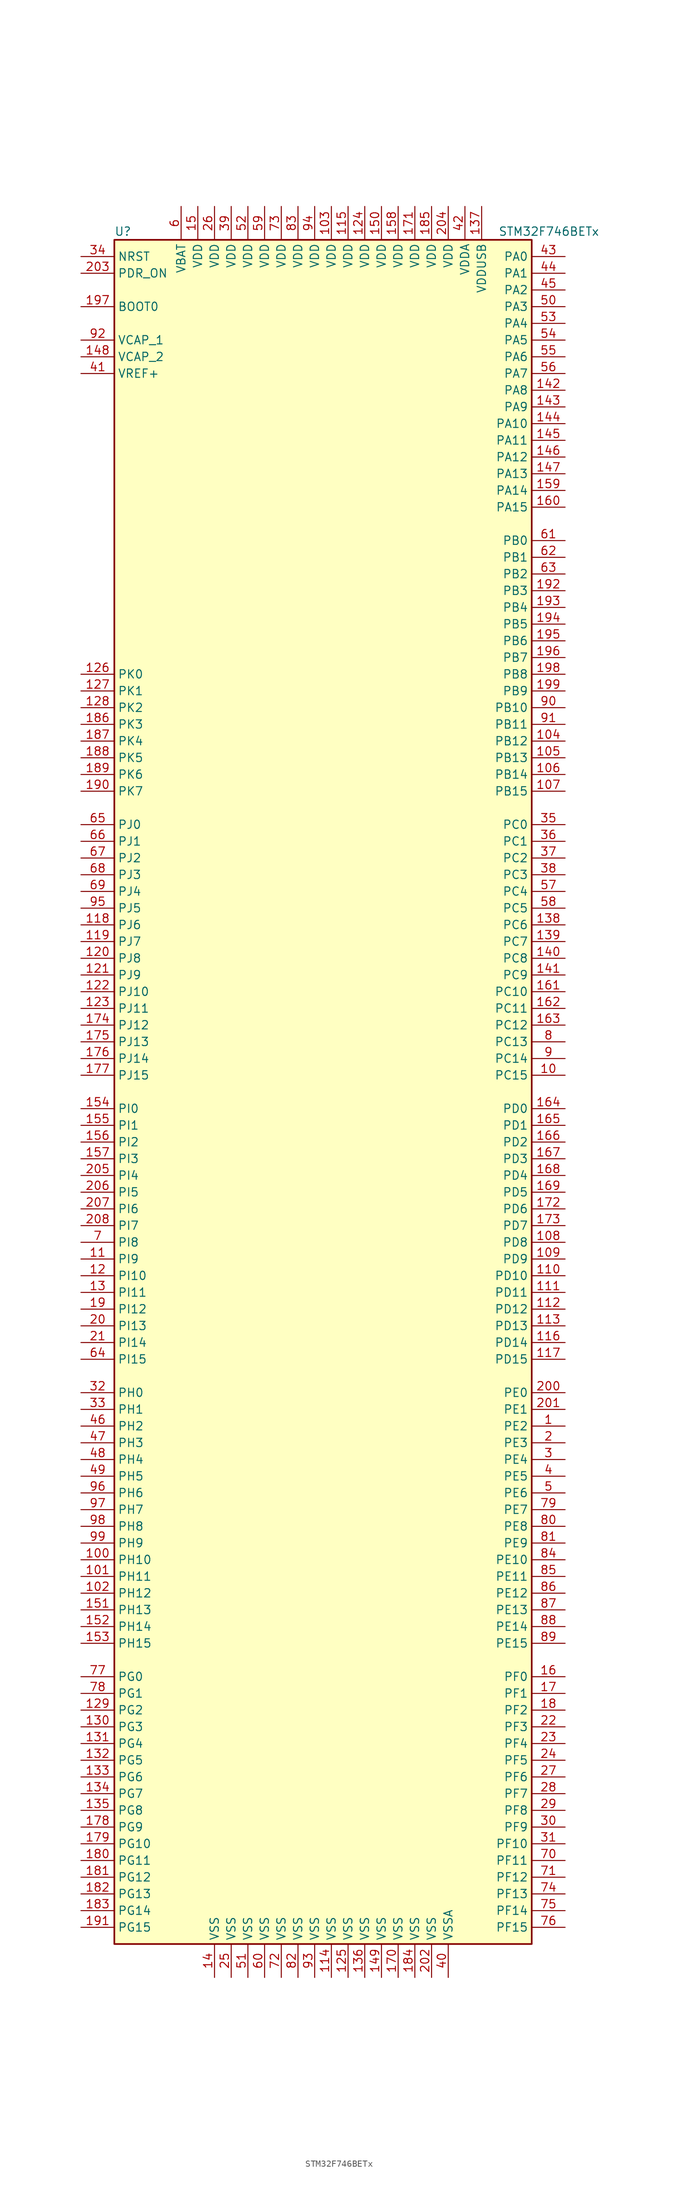
<source format=kicad_sym>
(kicad_symbol_lib
  (version 20201005)
  (generator kicad_symbol_editor)
  (symbol "STM32F746BETx"
    (property "Reference" "U"
      (at -33.02 130.81 0)
      (effects (font (size 1.27 1.27)) (justify left)))
    (property "Value" "STM32F746BETx"
      (at 25.4 130.81 0)
      (effects (font (size 1.27 1.27)) (justify left)))
    (symbol "STM32F746BETx_0_1"
      (rectangle (start -33.02 -129.54) (end 30.48 129.54) (stroke (width 0.254)) (fill (type background))))
    (symbol "STM32F746BETx_1_1"
      (pin bidirectional line (at 35.56 -50.8 180) (length 5.08) (name "PE2" (effects (font (size 1.27 1.27)))) (number "1" (effects (font (size 1.27 1.27)))))
      (pin bidirectional line (at 35.56 2.54 180) (length 5.08) (name "PC15" (effects (font (size 1.27 1.27)))) (number "10" (effects (font (size 1.27 1.27)))))
      (pin bidirectional line (at -38.1 -71.12 0) (length 5.08) (name "PH10" (effects (font (size 1.27 1.27)))) (number "100" (effects (font (size 1.27 1.27)))))
      (pin bidirectional line (at -38.1 -73.66 0) (length 5.08) (name "PH11" (effects (font (size 1.27 1.27)))) (number "101" (effects (font (size 1.27 1.27)))))
      (pin bidirectional line (at -38.1 -76.2 0) (length 5.08) (name "PH12" (effects (font (size 1.27 1.27)))) (number "102" (effects (font (size 1.27 1.27)))))
      (pin power_in line (at 0 134.62 270) (length 5.08) (name "VDD" (effects (font (size 1.27 1.27)))) (number "103" (effects (font (size 1.27 1.27)))))
      (pin bidirectional line (at 35.56 53.34 180) (length 5.08) (name "PB12" (effects (font (size 1.27 1.27)))) (number "104" (effects (font (size 1.27 1.27)))))
      (pin bidirectional line (at 35.56 50.8 180) (length 5.08) (name "PB13" (effects (font (size 1.27 1.27)))) (number "105" (effects (font (size 1.27 1.27)))))
      (pin bidirectional line (at 35.56 48.26 180) (length 5.08) (name "PB14" (effects (font (size 1.27 1.27)))) (number "106" (effects (font (size 1.27 1.27)))))
      (pin bidirectional line (at 35.56 45.72 180) (length 5.08) (name "PB15" (effects (font (size 1.27 1.27)))) (number "107" (effects (font (size 1.27 1.27)))))
      (pin bidirectional line (at 35.56 -22.86 180) (length 5.08) (name "PD8" (effects (font (size 1.27 1.27)))) (number "108" (effects (font (size 1.27 1.27)))))
      (pin bidirectional line (at 35.56 -25.4 180) (length 5.08) (name "PD9" (effects (font (size 1.27 1.27)))) (number "109" (effects (font (size 1.27 1.27)))))
      (pin bidirectional line (at -38.1 -25.4 0) (length 5.08) (name "PI9" (effects (font (size 1.27 1.27)))) (number "11" (effects (font (size 1.27 1.27)))))
      (pin bidirectional line (at 35.56 -27.94 180) (length 5.08) (name "PD10" (effects (font (size 1.27 1.27)))) (number "110" (effects (font (size 1.27 1.27)))))
      (pin bidirectional line (at 35.56 -30.48 180) (length 5.08) (name "PD11" (effects (font (size 1.27 1.27)))) (number "111" (effects (font (size 1.27 1.27)))))
      (pin bidirectional line (at 35.56 -33.02 180) (length 5.08) (name "PD12" (effects (font (size 1.27 1.27)))) (number "112" (effects (font (size 1.27 1.27)))))
      (pin bidirectional line (at 35.56 -35.56 180) (length 5.08) (name "PD13" (effects (font (size 1.27 1.27)))) (number "113" (effects (font (size 1.27 1.27)))))
      (pin power_in line (at 0 -134.62 90) (length 5.08) (name "VSS" (effects (font (size 1.27 1.27)))) (number "114" (effects (font (size 1.27 1.27)))))
      (pin power_in line (at 2.54 134.62 270) (length 5.08) (name "VDD" (effects (font (size 1.27 1.27)))) (number "115" (effects (font (size 1.27 1.27)))))
      (pin bidirectional line (at 35.56 -38.1 180) (length 5.08) (name "PD14" (effects (font (size 1.27 1.27)))) (number "116" (effects (font (size 1.27 1.27)))))
      (pin bidirectional line (at 35.56 -40.64 180) (length 5.08) (name "PD15" (effects (font (size 1.27 1.27)))) (number "117" (effects (font (size 1.27 1.27)))))
      (pin bidirectional line (at -38.1 25.4 0) (length 5.08) (name "PJ6" (effects (font (size 1.27 1.27)))) (number "118" (effects (font (size 1.27 1.27)))))
      (pin bidirectional line (at -38.1 22.86 0) (length 5.08) (name "PJ7" (effects (font (size 1.27 1.27)))) (number "119" (effects (font (size 1.27 1.27)))))
      (pin bidirectional line (at -38.1 -27.94 0) (length 5.08) (name "PI10" (effects (font (size 1.27 1.27)))) (number "12" (effects (font (size 1.27 1.27)))))
      (pin bidirectional line (at -38.1 20.32 0) (length 5.08) (name "PJ8" (effects (font (size 1.27 1.27)))) (number "120" (effects (font (size 1.27 1.27)))))
      (pin bidirectional line (at -38.1 17.78 0) (length 5.08) (name "PJ9" (effects (font (size 1.27 1.27)))) (number "121" (effects (font (size 1.27 1.27)))))
      (pin bidirectional line (at -38.1 15.24 0) (length 5.08) (name "PJ10" (effects (font (size 1.27 1.27)))) (number "122" (effects (font (size 1.27 1.27)))))
      (pin bidirectional line (at -38.1 12.7 0) (length 5.08) (name "PJ11" (effects (font (size 1.27 1.27)))) (number "123" (effects (font (size 1.27 1.27)))))
      (pin power_in line (at 5.08 134.62 270) (length 5.08) (name "VDD" (effects (font (size 1.27 1.27)))) (number "124" (effects (font (size 1.27 1.27)))))
      (pin power_in line (at 2.54 -134.62 90) (length 5.08) (name "VSS" (effects (font (size 1.27 1.27)))) (number "125" (effects (font (size 1.27 1.27)))))
      (pin bidirectional line (at -38.1 63.5 0) (length 5.08) (name "PK0" (effects (font (size 1.27 1.27)))) (number "126" (effects (font (size 1.27 1.27)))))
      (pin bidirectional line (at -38.1 60.96 0) (length 5.08) (name "PK1" (effects (font (size 1.27 1.27)))) (number "127" (effects (font (size 1.27 1.27)))))
      (pin bidirectional line (at -38.1 58.42 0) (length 5.08) (name "PK2" (effects (font (size 1.27 1.27)))) (number "128" (effects (font (size 1.27 1.27)))))
      (pin bidirectional line (at -38.1 -93.98 0) (length 5.08) (name "PG2" (effects (font (size 1.27 1.27)))) (number "129" (effects (font (size 1.27 1.27)))))
      (pin bidirectional line (at -38.1 -30.48 0) (length 5.08) (name "PI11" (effects (font (size 1.27 1.27)))) (number "13" (effects (font (size 1.27 1.27)))))
      (pin bidirectional line (at -38.1 -96.52 0) (length 5.08) (name "PG3" (effects (font (size 1.27 1.27)))) (number "130" (effects (font (size 1.27 1.27)))))
      (pin bidirectional line (at -38.1 -99.06 0) (length 5.08) (name "PG4" (effects (font (size 1.27 1.27)))) (number "131" (effects (font (size 1.27 1.27)))))
      (pin bidirectional line (at -38.1 -101.6 0) (length 5.08) (name "PG5" (effects (font (size 1.27 1.27)))) (number "132" (effects (font (size 1.27 1.27)))))
      (pin bidirectional line (at -38.1 -104.14 0) (length 5.08) (name "PG6" (effects (font (size 1.27 1.27)))) (number "133" (effects (font (size 1.27 1.27)))))
      (pin bidirectional line (at -38.1 -106.68 0) (length 5.08) (name "PG7" (effects (font (size 1.27 1.27)))) (number "134" (effects (font (size 1.27 1.27)))))
      (pin bidirectional line (at -38.1 -109.22 0) (length 5.08) (name "PG8" (effects (font (size 1.27 1.27)))) (number "135" (effects (font (size 1.27 1.27)))))
      (pin power_in line (at 5.08 -134.62 90) (length 5.08) (name "VSS" (effects (font (size 1.27 1.27)))) (number "136" (effects (font (size 1.27 1.27)))))
      (pin power_in line (at 22.86 134.62 270) (length 5.08) (name "VDDUSB" (effects (font (size 1.27 1.27)))) (number "137" (effects (font (size 1.27 1.27)))))
      (pin bidirectional line (at 35.56 25.4 180) (length 5.08) (name "PC6" (effects (font (size 1.27 1.27)))) (number "138" (effects (font (size 1.27 1.27)))))
      (pin bidirectional line (at 35.56 22.86 180) (length 5.08) (name "PC7" (effects (font (size 1.27 1.27)))) (number "139" (effects (font (size 1.27 1.27)))))
      (pin power_in line (at -17.78 -134.62 90) (length 5.08) (name "VSS" (effects (font (size 1.27 1.27)))) (number "14" (effects (font (size 1.27 1.27)))))
      (pin bidirectional line (at 35.56 20.32 180) (length 5.08) (name "PC8" (effects (font (size 1.27 1.27)))) (number "140" (effects (font (size 1.27 1.27)))))
      (pin bidirectional line (at 35.56 17.78 180) (length 5.08) (name "PC9" (effects (font (size 1.27 1.27)))) (number "141" (effects (font (size 1.27 1.27)))))
      (pin bidirectional line (at 35.56 106.68 180) (length 5.08) (name "PA8" (effects (font (size 1.27 1.27)))) (number "142" (effects (font (size 1.27 1.27)))))
      (pin bidirectional line (at 35.56 104.14 180) (length 5.08) (name "PA9" (effects (font (size 1.27 1.27)))) (number "143" (effects (font (size 1.27 1.27)))))
      (pin bidirectional line (at 35.56 101.6 180) (length 5.08) (name "PA10" (effects (font (size 1.27 1.27)))) (number "144" (effects (font (size 1.27 1.27)))))
      (pin bidirectional line (at 35.56 99.06 180) (length 5.08) (name "PA11" (effects (font (size 1.27 1.27)))) (number "145" (effects (font (size 1.27 1.27)))))
      (pin bidirectional line (at 35.56 96.52 180) (length 5.08) (name "PA12" (effects (font (size 1.27 1.27)))) (number "146" (effects (font (size 1.27 1.27)))))
      (pin bidirectional line (at 35.56 93.98 180) (length 5.08) (name "PA13" (effects (font (size 1.27 1.27)))) (number "147" (effects (font (size 1.27 1.27)))))
      (pin power_in line (at -38.1 111.76 0) (length 5.08) (name "VCAP_2" (effects (font (size 1.27 1.27)))) (number "148" (effects (font (size 1.27 1.27)))))
      (pin power_in line (at 7.62 -134.62 90) (length 5.08) (name "VSS" (effects (font (size 1.27 1.27)))) (number "149" (effects (font (size 1.27 1.27)))))
      (pin power_in line (at -20.32 134.62 270) (length 5.08) (name "VDD" (effects (font (size 1.27 1.27)))) (number "15" (effects (font (size 1.27 1.27)))))
      (pin power_in line (at 7.62 134.62 270) (length 5.08) (name "VDD" (effects (font (size 1.27 1.27)))) (number "150" (effects (font (size 1.27 1.27)))))
      (pin bidirectional line (at -38.1 -78.74 0) (length 5.08) (name "PH13" (effects (font (size 1.27 1.27)))) (number "151" (effects (font (size 1.27 1.27)))))
      (pin bidirectional line (at -38.1 -81.28 0) (length 5.08) (name "PH14" (effects (font (size 1.27 1.27)))) (number "152" (effects (font (size 1.27 1.27)))))
      (pin bidirectional line (at -38.1 -83.82 0) (length 5.08) (name "PH15" (effects (font (size 1.27 1.27)))) (number "153" (effects (font (size 1.27 1.27)))))
      (pin bidirectional line (at -38.1 -2.54 0) (length 5.08) (name "PI0" (effects (font (size 1.27 1.27)))) (number "154" (effects (font (size 1.27 1.27)))))
      (pin bidirectional line (at -38.1 -5.08 0) (length 5.08) (name "PI1" (effects (font (size 1.27 1.27)))) (number "155" (effects (font (size 1.27 1.27)))))
      (pin bidirectional line (at -38.1 -7.62 0) (length 5.08) (name "PI2" (effects (font (size 1.27 1.27)))) (number "156" (effects (font (size 1.27 1.27)))))
      (pin bidirectional line (at -38.1 -10.16 0) (length 5.08) (name "PI3" (effects (font (size 1.27 1.27)))) (number "157" (effects (font (size 1.27 1.27)))))
      (pin power_in line (at 10.16 134.62 270) (length 5.08) (name "VDD" (effects (font (size 1.27 1.27)))) (number "158" (effects (font (size 1.27 1.27)))))
      (pin bidirectional line (at 35.56 91.44 180) (length 5.08) (name "PA14" (effects (font (size 1.27 1.27)))) (number "159" (effects (font (size 1.27 1.27)))))
      (pin bidirectional line (at 35.56 -88.9 180) (length 5.08) (name "PF0" (effects (font (size 1.27 1.27)))) (number "16" (effects (font (size 1.27 1.27)))))
      (pin bidirectional line (at 35.56 88.9 180) (length 5.08) (name "PA15" (effects (font (size 1.27 1.27)))) (number "160" (effects (font (size 1.27 1.27)))))
      (pin bidirectional line (at 35.56 15.24 180) (length 5.08) (name "PC10" (effects (font (size 1.27 1.27)))) (number "161" (effects (font (size 1.27 1.27)))))
      (pin bidirectional line (at 35.56 12.7 180) (length 5.08) (name "PC11" (effects (font (size 1.27 1.27)))) (number "162" (effects (font (size 1.27 1.27)))))
      (pin bidirectional line (at 35.56 10.16 180) (length 5.08) (name "PC12" (effects (font (size 1.27 1.27)))) (number "163" (effects (font (size 1.27 1.27)))))
      (pin bidirectional line (at 35.56 -2.54 180) (length 5.08) (name "PD0" (effects (font (size 1.27 1.27)))) (number "164" (effects (font (size 1.27 1.27)))))
      (pin bidirectional line (at 35.56 -5.08 180) (length 5.08) (name "PD1" (effects (font (size 1.27 1.27)))) (number "165" (effects (font (size 1.27 1.27)))))
      (pin bidirectional line (at 35.56 -7.62 180) (length 5.08) (name "PD2" (effects (font (size 1.27 1.27)))) (number "166" (effects (font (size 1.27 1.27)))))
      (pin bidirectional line (at 35.56 -10.16 180) (length 5.08) (name "PD3" (effects (font (size 1.27 1.27)))) (number "167" (effects (font (size 1.27 1.27)))))
      (pin bidirectional line (at 35.56 -12.7 180) (length 5.08) (name "PD4" (effects (font (size 1.27 1.27)))) (number "168" (effects (font (size 1.27 1.27)))))
      (pin bidirectional line (at 35.56 -15.24 180) (length 5.08) (name "PD5" (effects (font (size 1.27 1.27)))) (number "169" (effects (font (size 1.27 1.27)))))
      (pin bidirectional line (at 35.56 -91.44 180) (length 5.08) (name "PF1" (effects (font (size 1.27 1.27)))) (number "17" (effects (font (size 1.27 1.27)))))
      (pin power_in line (at 10.16 -134.62 90) (length 5.08) (name "VSS" (effects (font (size 1.27 1.27)))) (number "170" (effects (font (size 1.27 1.27)))))
      (pin power_in line (at 12.7 134.62 270) (length 5.08) (name "VDD" (effects (font (size 1.27 1.27)))) (number "171" (effects (font (size 1.27 1.27)))))
      (pin bidirectional line (at 35.56 -17.78 180) (length 5.08) (name "PD6" (effects (font (size 1.27 1.27)))) (number "172" (effects (font (size 1.27 1.27)))))
      (pin bidirectional line (at 35.56 -20.32 180) (length 5.08) (name "PD7" (effects (font (size 1.27 1.27)))) (number "173" (effects (font (size 1.27 1.27)))))
      (pin bidirectional line (at -38.1 10.16 0) (length 5.08) (name "PJ12" (effects (font (size 1.27 1.27)))) (number "174" (effects (font (size 1.27 1.27)))))
      (pin bidirectional line (at -38.1 7.62 0) (length 5.08) (name "PJ13" (effects (font (size 1.27 1.27)))) (number "175" (effects (font (size 1.27 1.27)))))
      (pin bidirectional line (at -38.1 5.08 0) (length 5.08) (name "PJ14" (effects (font (size 1.27 1.27)))) (number "176" (effects (font (size 1.27 1.27)))))
      (pin bidirectional line (at -38.1 2.54 0) (length 5.08) (name "PJ15" (effects (font (size 1.27 1.27)))) (number "177" (effects (font (size 1.27 1.27)))))
      (pin bidirectional line (at -38.1 -111.76 0) (length 5.08) (name "PG9" (effects (font (size 1.27 1.27)))) (number "178" (effects (font (size 1.27 1.27)))))
      (pin bidirectional line (at -38.1 -114.3 0) (length 5.08) (name "PG10" (effects (font (size 1.27 1.27)))) (number "179" (effects (font (size 1.27 1.27)))))
      (pin bidirectional line (at 35.56 -93.98 180) (length 5.08) (name "PF2" (effects (font (size 1.27 1.27)))) (number "18" (effects (font (size 1.27 1.27)))))
      (pin bidirectional line (at -38.1 -116.84 0) (length 5.08) (name "PG11" (effects (font (size 1.27 1.27)))) (number "180" (effects (font (size 1.27 1.27)))))
      (pin bidirectional line (at -38.1 -119.38 0) (length 5.08) (name "PG12" (effects (font (size 1.27 1.27)))) (number "181" (effects (font (size 1.27 1.27)))))
      (pin bidirectional line (at -38.1 -121.92 0) (length 5.08) (name "PG13" (effects (font (size 1.27 1.27)))) (number "182" (effects (font (size 1.27 1.27)))))
      (pin bidirectional line (at -38.1 -124.46 0) (length 5.08) (name "PG14" (effects (font (size 1.27 1.27)))) (number "183" (effects (font (size 1.27 1.27)))))
      (pin power_in line (at 12.7 -134.62 90) (length 5.08) (name "VSS" (effects (font (size 1.27 1.27)))) (number "184" (effects (font (size 1.27 1.27)))))
      (pin power_in line (at 15.24 134.62 270) (length 5.08) (name "VDD" (effects (font (size 1.27 1.27)))) (number "185" (effects (font (size 1.27 1.27)))))
      (pin bidirectional line (at -38.1 55.88 0) (length 5.08) (name "PK3" (effects (font (size 1.27 1.27)))) (number "186" (effects (font (size 1.27 1.27)))))
      (pin bidirectional line (at -38.1 53.34 0) (length 5.08) (name "PK4" (effects (font (size 1.27 1.27)))) (number "187" (effects (font (size 1.27 1.27)))))
      (pin bidirectional line (at -38.1 50.8 0) (length 5.08) (name "PK5" (effects (font (size 1.27 1.27)))) (number "188" (effects (font (size 1.27 1.27)))))
      (pin bidirectional line (at -38.1 48.26 0) (length 5.08) (name "PK6" (effects (font (size 1.27 1.27)))) (number "189" (effects (font (size 1.27 1.27)))))
      (pin bidirectional line (at -38.1 -33.02 0) (length 5.08) (name "PI12" (effects (font (size 1.27 1.27)))) (number "19" (effects (font (size 1.27 1.27)))))
      (pin bidirectional line (at -38.1 45.72 0) (length 5.08) (name "PK7" (effects (font (size 1.27 1.27)))) (number "190" (effects (font (size 1.27 1.27)))))
      (pin bidirectional line (at -38.1 -127 0) (length 5.08) (name "PG15" (effects (font (size 1.27 1.27)))) (number "191" (effects (font (size 1.27 1.27)))))
      (pin bidirectional line (at 35.56 76.2 180) (length 5.08) (name "PB3" (effects (font (size 1.27 1.27)))) (number "192" (effects (font (size 1.27 1.27)))))
      (pin bidirectional line (at 35.56 73.66 180) (length 5.08) (name "PB4" (effects (font (size 1.27 1.27)))) (number "193" (effects (font (size 1.27 1.27)))))
      (pin bidirectional line (at 35.56 71.12 180) (length 5.08) (name "PB5" (effects (font (size 1.27 1.27)))) (number "194" (effects (font (size 1.27 1.27)))))
      (pin bidirectional line (at 35.56 68.58 180) (length 5.08) (name "PB6" (effects (font (size 1.27 1.27)))) (number "195" (effects (font (size 1.27 1.27)))))
      (pin bidirectional line (at 35.56 66.04 180) (length 5.08) (name "PB7" (effects (font (size 1.27 1.27)))) (number "196" (effects (font (size 1.27 1.27)))))
      (pin input line (at -38.1 119.38 0) (length 5.08) (name "BOOT0" (effects (font (size 1.27 1.27)))) (number "197" (effects (font (size 1.27 1.27)))))
      (pin bidirectional line (at 35.56 63.5 180) (length 5.08) (name "PB8" (effects (font (size 1.27 1.27)))) (number "198" (effects (font (size 1.27 1.27)))))
      (pin bidirectional line (at 35.56 60.96 180) (length 5.08) (name "PB9" (effects (font (size 1.27 1.27)))) (number "199" (effects (font (size 1.27 1.27)))))
      (pin bidirectional line (at 35.56 -53.34 180) (length 5.08) (name "PE3" (effects (font (size 1.27 1.27)))) (number "2" (effects (font (size 1.27 1.27)))))
      (pin bidirectional line (at -38.1 -35.56 0) (length 5.08) (name "PI13" (effects (font (size 1.27 1.27)))) (number "20" (effects (font (size 1.27 1.27)))))
      (pin bidirectional line (at 35.56 -45.72 180) (length 5.08) (name "PE0" (effects (font (size 1.27 1.27)))) (number "200" (effects (font (size 1.27 1.27)))))
      (pin bidirectional line (at 35.56 -48.26 180) (length 5.08) (name "PE1" (effects (font (size 1.27 1.27)))) (number "201" (effects (font (size 1.27 1.27)))))
      (pin power_in line (at 15.24 -134.62 90) (length 5.08) (name "VSS" (effects (font (size 1.27 1.27)))) (number "202" (effects (font (size 1.27 1.27)))))
      (pin input line (at -38.1 124.46 0) (length 5.08) (name "PDR_ON" (effects (font (size 1.27 1.27)))) (number "203" (effects (font (size 1.27 1.27)))))
      (pin power_in line (at 17.78 134.62 270) (length 5.08) (name "VDD" (effects (font (size 1.27 1.27)))) (number "204" (effects (font (size 1.27 1.27)))))
      (pin bidirectional line (at -38.1 -12.7 0) (length 5.08) (name "PI4" (effects (font (size 1.27 1.27)))) (number "205" (effects (font (size 1.27 1.27)))))
      (pin bidirectional line (at -38.1 -15.24 0) (length 5.08) (name "PI5" (effects (font (size 1.27 1.27)))) (number "206" (effects (font (size 1.27 1.27)))))
      (pin bidirectional line (at -38.1 -17.78 0) (length 5.08) (name "PI6" (effects (font (size 1.27 1.27)))) (number "207" (effects (font (size 1.27 1.27)))))
      (pin bidirectional line (at -38.1 -20.32 0) (length 5.08) (name "PI7" (effects (font (size 1.27 1.27)))) (number "208" (effects (font (size 1.27 1.27)))))
      (pin bidirectional line (at -38.1 -38.1 0) (length 5.08) (name "PI14" (effects (font (size 1.27 1.27)))) (number "21" (effects (font (size 1.27 1.27)))))
      (pin bidirectional line (at 35.56 -96.52 180) (length 5.08) (name "PF3" (effects (font (size 1.27 1.27)))) (number "22" (effects (font (size 1.27 1.27)))))
      (pin bidirectional line (at 35.56 -99.06 180) (length 5.08) (name "PF4" (effects (font (size 1.27 1.27)))) (number "23" (effects (font (size 1.27 1.27)))))
      (pin bidirectional line (at 35.56 -101.6 180) (length 5.08) (name "PF5" (effects (font (size 1.27 1.27)))) (number "24" (effects (font (size 1.27 1.27)))))
      (pin power_in line (at -15.24 -134.62 90) (length 5.08) (name "VSS" (effects (font (size 1.27 1.27)))) (number "25" (effects (font (size 1.27 1.27)))))
      (pin power_in line (at -17.78 134.62 270) (length 5.08) (name "VDD" (effects (font (size 1.27 1.27)))) (number "26" (effects (font (size 1.27 1.27)))))
      (pin bidirectional line (at 35.56 -104.14 180) (length 5.08) (name "PF6" (effects (font (size 1.27 1.27)))) (number "27" (effects (font (size 1.27 1.27)))))
      (pin bidirectional line (at 35.56 -106.68 180) (length 5.08) (name "PF7" (effects (font (size 1.27 1.27)))) (number "28" (effects (font (size 1.27 1.27)))))
      (pin bidirectional line (at 35.56 -109.22 180) (length 5.08) (name "PF8" (effects (font (size 1.27 1.27)))) (number "29" (effects (font (size 1.27 1.27)))))
      (pin bidirectional line (at 35.56 -55.88 180) (length 5.08) (name "PE4" (effects (font (size 1.27 1.27)))) (number "3" (effects (font (size 1.27 1.27)))))
      (pin bidirectional line (at 35.56 -111.76 180) (length 5.08) (name "PF9" (effects (font (size 1.27 1.27)))) (number "30" (effects (font (size 1.27 1.27)))))
      (pin bidirectional line (at 35.56 -114.3 180) (length 5.08) (name "PF10" (effects (font (size 1.27 1.27)))) (number "31" (effects (font (size 1.27 1.27)))))
      (pin input line (at -38.1 -45.72 0) (length 5.08) (name "PH0" (effects (font (size 1.27 1.27)))) (number "32" (effects (font (size 1.27 1.27)))))
      (pin input line (at -38.1 -48.26 0) (length 5.08) (name "PH1" (effects (font (size 1.27 1.27)))) (number "33" (effects (font (size 1.27 1.27)))))
      (pin input line (at -38.1 127 0) (length 5.08) (name "NRST" (effects (font (size 1.27 1.27)))) (number "34" (effects (font (size 1.27 1.27)))))
      (pin bidirectional line (at 35.56 40.64 180) (length 5.08) (name "PC0" (effects (font (size 1.27 1.27)))) (number "35" (effects (font (size 1.27 1.27)))))
      (pin bidirectional line (at 35.56 38.1 180) (length 5.08) (name "PC1" (effects (font (size 1.27 1.27)))) (number "36" (effects (font (size 1.27 1.27)))))
      (pin bidirectional line (at 35.56 35.56 180) (length 5.08) (name "PC2" (effects (font (size 1.27 1.27)))) (number "37" (effects (font (size 1.27 1.27)))))
      (pin bidirectional line (at 35.56 33.02 180) (length 5.08) (name "PC3" (effects (font (size 1.27 1.27)))) (number "38" (effects (font (size 1.27 1.27)))))
      (pin power_in line (at -15.24 134.62 270) (length 5.08) (name "VDD" (effects (font (size 1.27 1.27)))) (number "39" (effects (font (size 1.27 1.27)))))
      (pin bidirectional line (at 35.56 -58.42 180) (length 5.08) (name "PE5" (effects (font (size 1.27 1.27)))) (number "4" (effects (font (size 1.27 1.27)))))
      (pin power_in line (at 17.78 -134.62 90) (length 5.08) (name "VSSA" (effects (font (size 1.27 1.27)))) (number "40" (effects (font (size 1.27 1.27)))))
      (pin power_in line (at -38.1 109.22 0) (length 5.08) (name "VREF+" (effects (font (size 1.27 1.27)))) (number "41" (effects (font (size 1.27 1.27)))))
      (pin power_in line (at 20.32 134.62 270) (length 5.08) (name "VDDA" (effects (font (size 1.27 1.27)))) (number "42" (effects (font (size 1.27 1.27)))))
      (pin bidirectional line (at 35.56 127 180) (length 5.08) (name "PA0" (effects (font (size 1.27 1.27)))) (number "43" (effects (font (size 1.27 1.27)))))
      (pin bidirectional line (at 35.56 124.46 180) (length 5.08) (name "PA1" (effects (font (size 1.27 1.27)))) (number "44" (effects (font (size 1.27 1.27)))))
      (pin bidirectional line (at 35.56 121.92 180) (length 5.08) (name "PA2" (effects (font (size 1.27 1.27)))) (number "45" (effects (font (size 1.27 1.27)))))
      (pin bidirectional line (at -38.1 -50.8 0) (length 5.08) (name "PH2" (effects (font (size 1.27 1.27)))) (number "46" (effects (font (size 1.27 1.27)))))
      (pin bidirectional line (at -38.1 -53.34 0) (length 5.08) (name "PH3" (effects (font (size 1.27 1.27)))) (number "47" (effects (font (size 1.27 1.27)))))
      (pin bidirectional line (at -38.1 -55.88 0) (length 5.08) (name "PH4" (effects (font (size 1.27 1.27)))) (number "48" (effects (font (size 1.27 1.27)))))
      (pin bidirectional line (at -38.1 -58.42 0) (length 5.08) (name "PH5" (effects (font (size 1.27 1.27)))) (number "49" (effects (font (size 1.27 1.27)))))
      (pin bidirectional line (at 35.56 -60.96 180) (length 5.08) (name "PE6" (effects (font (size 1.27 1.27)))) (number "5" (effects (font (size 1.27 1.27)))))
      (pin bidirectional line (at 35.56 119.38 180) (length 5.08) (name "PA3" (effects (font (size 1.27 1.27)))) (number "50" (effects (font (size 1.27 1.27)))))
      (pin power_in line (at -12.7 -134.62 90) (length 5.08) (name "VSS" (effects (font (size 1.27 1.27)))) (number "51" (effects (font (size 1.27 1.27)))))
      (pin power_in line (at -12.7 134.62 270) (length 5.08) (name "VDD" (effects (font (size 1.27 1.27)))) (number "52" (effects (font (size 1.27 1.27)))))
      (pin bidirectional line (at 35.56 116.84 180) (length 5.08) (name "PA4" (effects (font (size 1.27 1.27)))) (number "53" (effects (font (size 1.27 1.27)))))
      (pin bidirectional line (at 35.56 114.3 180) (length 5.08) (name "PA5" (effects (font (size 1.27 1.27)))) (number "54" (effects (font (size 1.27 1.27)))))
      (pin bidirectional line (at 35.56 111.76 180) (length 5.08) (name "PA6" (effects (font (size 1.27 1.27)))) (number "55" (effects (font (size 1.27 1.27)))))
      (pin bidirectional line (at 35.56 109.22 180) (length 5.08) (name "PA7" (effects (font (size 1.27 1.27)))) (number "56" (effects (font (size 1.27 1.27)))))
      (pin bidirectional line (at 35.56 30.48 180) (length 5.08) (name "PC4" (effects (font (size 1.27 1.27)))) (number "57" (effects (font (size 1.27 1.27)))))
      (pin bidirectional line (at 35.56 27.94 180) (length 5.08) (name "PC5" (effects (font (size 1.27 1.27)))) (number "58" (effects (font (size 1.27 1.27)))))
      (pin power_in line (at -10.16 134.62 270) (length 5.08) (name "VDD" (effects (font (size 1.27 1.27)))) (number "59" (effects (font (size 1.27 1.27)))))
      (pin power_in line (at -22.86 134.62 270) (length 5.08) (name "VBAT" (effects (font (size 1.27 1.27)))) (number "6" (effects (font (size 1.27 1.27)))))
      (pin power_in line (at -10.16 -134.62 90) (length 5.08) (name "VSS" (effects (font (size 1.27 1.27)))) (number "60" (effects (font (size 1.27 1.27)))))
      (pin bidirectional line (at 35.56 83.82 180) (length 5.08) (name "PB0" (effects (font (size 1.27 1.27)))) (number "61" (effects (font (size 1.27 1.27)))))
      (pin bidirectional line (at 35.56 81.28 180) (length 5.08) (name "PB1" (effects (font (size 1.27 1.27)))) (number "62" (effects (font (size 1.27 1.27)))))
      (pin bidirectional line (at 35.56 78.74 180) (length 5.08) (name "PB2" (effects (font (size 1.27 1.27)))) (number "63" (effects (font (size 1.27 1.27)))))
      (pin bidirectional line (at -38.1 -40.64 0) (length 5.08) (name "PI15" (effects (font (size 1.27 1.27)))) (number "64" (effects (font (size 1.27 1.27)))))
      (pin bidirectional line (at -38.1 40.64 0) (length 5.08) (name "PJ0" (effects (font (size 1.27 1.27)))) (number "65" (effects (font (size 1.27 1.27)))))
      (pin bidirectional line (at -38.1 38.1 0) (length 5.08) (name "PJ1" (effects (font (size 1.27 1.27)))) (number "66" (effects (font (size 1.27 1.27)))))
      (pin bidirectional line (at -38.1 35.56 0) (length 5.08) (name "PJ2" (effects (font (size 1.27 1.27)))) (number "67" (effects (font (size 1.27 1.27)))))
      (pin bidirectional line (at -38.1 33.02 0) (length 5.08) (name "PJ3" (effects (font (size 1.27 1.27)))) (number "68" (effects (font (size 1.27 1.27)))))
      (pin bidirectional line (at -38.1 30.48 0) (length 5.08) (name "PJ4" (effects (font (size 1.27 1.27)))) (number "69" (effects (font (size 1.27 1.27)))))
      (pin bidirectional line (at -38.1 -22.86 0) (length 5.08) (name "PI8" (effects (font (size 1.27 1.27)))) (number "7" (effects (font (size 1.27 1.27)))))
      (pin bidirectional line (at 35.56 -116.84 180) (length 5.08) (name "PF11" (effects (font (size 1.27 1.27)))) (number "70" (effects (font (size 1.27 1.27)))))
      (pin bidirectional line (at 35.56 -119.38 180) (length 5.08) (name "PF12" (effects (font (size 1.27 1.27)))) (number "71" (effects (font (size 1.27 1.27)))))
      (pin power_in line (at -7.62 -134.62 90) (length 5.08) (name "VSS" (effects (font (size 1.27 1.27)))) (number "72" (effects (font (size 1.27 1.27)))))
      (pin power_in line (at -7.62 134.62 270) (length 5.08) (name "VDD" (effects (font (size 1.27 1.27)))) (number "73" (effects (font (size 1.27 1.27)))))
      (pin bidirectional line (at 35.56 -121.92 180) (length 5.08) (name "PF13" (effects (font (size 1.27 1.27)))) (number "74" (effects (font (size 1.27 1.27)))))
      (pin bidirectional line (at 35.56 -124.46 180) (length 5.08) (name "PF14" (effects (font (size 1.27 1.27)))) (number "75" (effects (font (size 1.27 1.27)))))
      (pin bidirectional line (at 35.56 -127 180) (length 5.08) (name "PF15" (effects (font (size 1.27 1.27)))) (number "76" (effects (font (size 1.27 1.27)))))
      (pin bidirectional line (at -38.1 -88.9 0) (length 5.08) (name "PG0" (effects (font (size 1.27 1.27)))) (number "77" (effects (font (size 1.27 1.27)))))
      (pin bidirectional line (at -38.1 -91.44 0) (length 5.08) (name "PG1" (effects (font (size 1.27 1.27)))) (number "78" (effects (font (size 1.27 1.27)))))
      (pin bidirectional line (at 35.56 -63.5 180) (length 5.08) (name "PE7" (effects (font (size 1.27 1.27)))) (number "79" (effects (font (size 1.27 1.27)))))
      (pin bidirectional line (at 35.56 7.62 180) (length 5.08) (name "PC13" (effects (font (size 1.27 1.27)))) (number "8" (effects (font (size 1.27 1.27)))))
      (pin bidirectional line (at 35.56 -66.04 180) (length 5.08) (name "PE8" (effects (font (size 1.27 1.27)))) (number "80" (effects (font (size 1.27 1.27)))))
      (pin bidirectional line (at 35.56 -68.58 180) (length 5.08) (name "PE9" (effects (font (size 1.27 1.27)))) (number "81" (effects (font (size 1.27 1.27)))))
      (pin power_in line (at -5.08 -134.62 90) (length 5.08) (name "VSS" (effects (font (size 1.27 1.27)))) (number "82" (effects (font (size 1.27 1.27)))))
      (pin power_in line (at -5.08 134.62 270) (length 5.08) (name "VDD" (effects (font (size 1.27 1.27)))) (number "83" (effects (font (size 1.27 1.27)))))
      (pin bidirectional line (at 35.56 -71.12 180) (length 5.08) (name "PE10" (effects (font (size 1.27 1.27)))) (number "84" (effects (font (size 1.27 1.27)))))
      (pin bidirectional line (at 35.56 -73.66 180) (length 5.08) (name "PE11" (effects (font (size 1.27 1.27)))) (number "85" (effects (font (size 1.27 1.27)))))
      (pin bidirectional line (at 35.56 -76.2 180) (length 5.08) (name "PE12" (effects (font (size 1.27 1.27)))) (number "86" (effects (font (size 1.27 1.27)))))
      (pin bidirectional line (at 35.56 -78.74 180) (length 5.08) (name "PE13" (effects (font (size 1.27 1.27)))) (number "87" (effects (font (size 1.27 1.27)))))
      (pin bidirectional line (at 35.56 -81.28 180) (length 5.08) (name "PE14" (effects (font (size 1.27 1.27)))) (number "88" (effects (font (size 1.27 1.27)))))
      (pin bidirectional line (at 35.56 -83.82 180) (length 5.08) (name "PE15" (effects (font (size 1.27 1.27)))) (number "89" (effects (font (size 1.27 1.27)))))
      (pin bidirectional line (at 35.56 5.08 180) (length 5.08) (name "PC14" (effects (font (size 1.27 1.27)))) (number "9" (effects (font (size 1.27 1.27)))))
      (pin bidirectional line (at 35.56 58.42 180) (length 5.08) (name "PB10" (effects (font (size 1.27 1.27)))) (number "90" (effects (font (size 1.27 1.27)))))
      (pin bidirectional line (at 35.56 55.88 180) (length 5.08) (name "PB11" (effects (font (size 1.27 1.27)))) (number "91" (effects (font (size 1.27 1.27)))))
      (pin power_in line (at -38.1 114.3 0) (length 5.08) (name "VCAP_1" (effects (font (size 1.27 1.27)))) (number "92" (effects (font (size 1.27 1.27)))))
      (pin power_in line (at -2.54 -134.62 90) (length 5.08) (name "VSS" (effects (font (size 1.27 1.27)))) (number "93" (effects (font (size 1.27 1.27)))))
      (pin power_in line (at -2.54 134.62 270) (length 5.08) (name "VDD" (effects (font (size 1.27 1.27)))) (number "94" (effects (font (size 1.27 1.27)))))
      (pin bidirectional line (at -38.1 27.94 0) (length 5.08) (name "PJ5" (effects (font (size 1.27 1.27)))) (number "95" (effects (font (size 1.27 1.27)))))
      (pin bidirectional line (at -38.1 -60.96 0) (length 5.08) (name "PH6" (effects (font (size 1.27 1.27)))) (number "96" (effects (font (size 1.27 1.27)))))
      (pin bidirectional line (at -38.1 -63.5 0) (length 5.08) (name "PH7" (effects (font (size 1.27 1.27)))) (number "97" (effects (font (size 1.27 1.27)))))
      (pin bidirectional line (at -38.1 -66.04 0) (length 5.08) (name "PH8" (effects (font (size 1.27 1.27)))) (number "98" (effects (font (size 1.27 1.27)))))
      (pin bidirectional line (at -38.1 -68.58 0) (length 5.08) (name "PH9" (effects (font (size 1.27 1.27)))) (number "99" (effects (font (size 1.27 1.27))))))))
</source>
